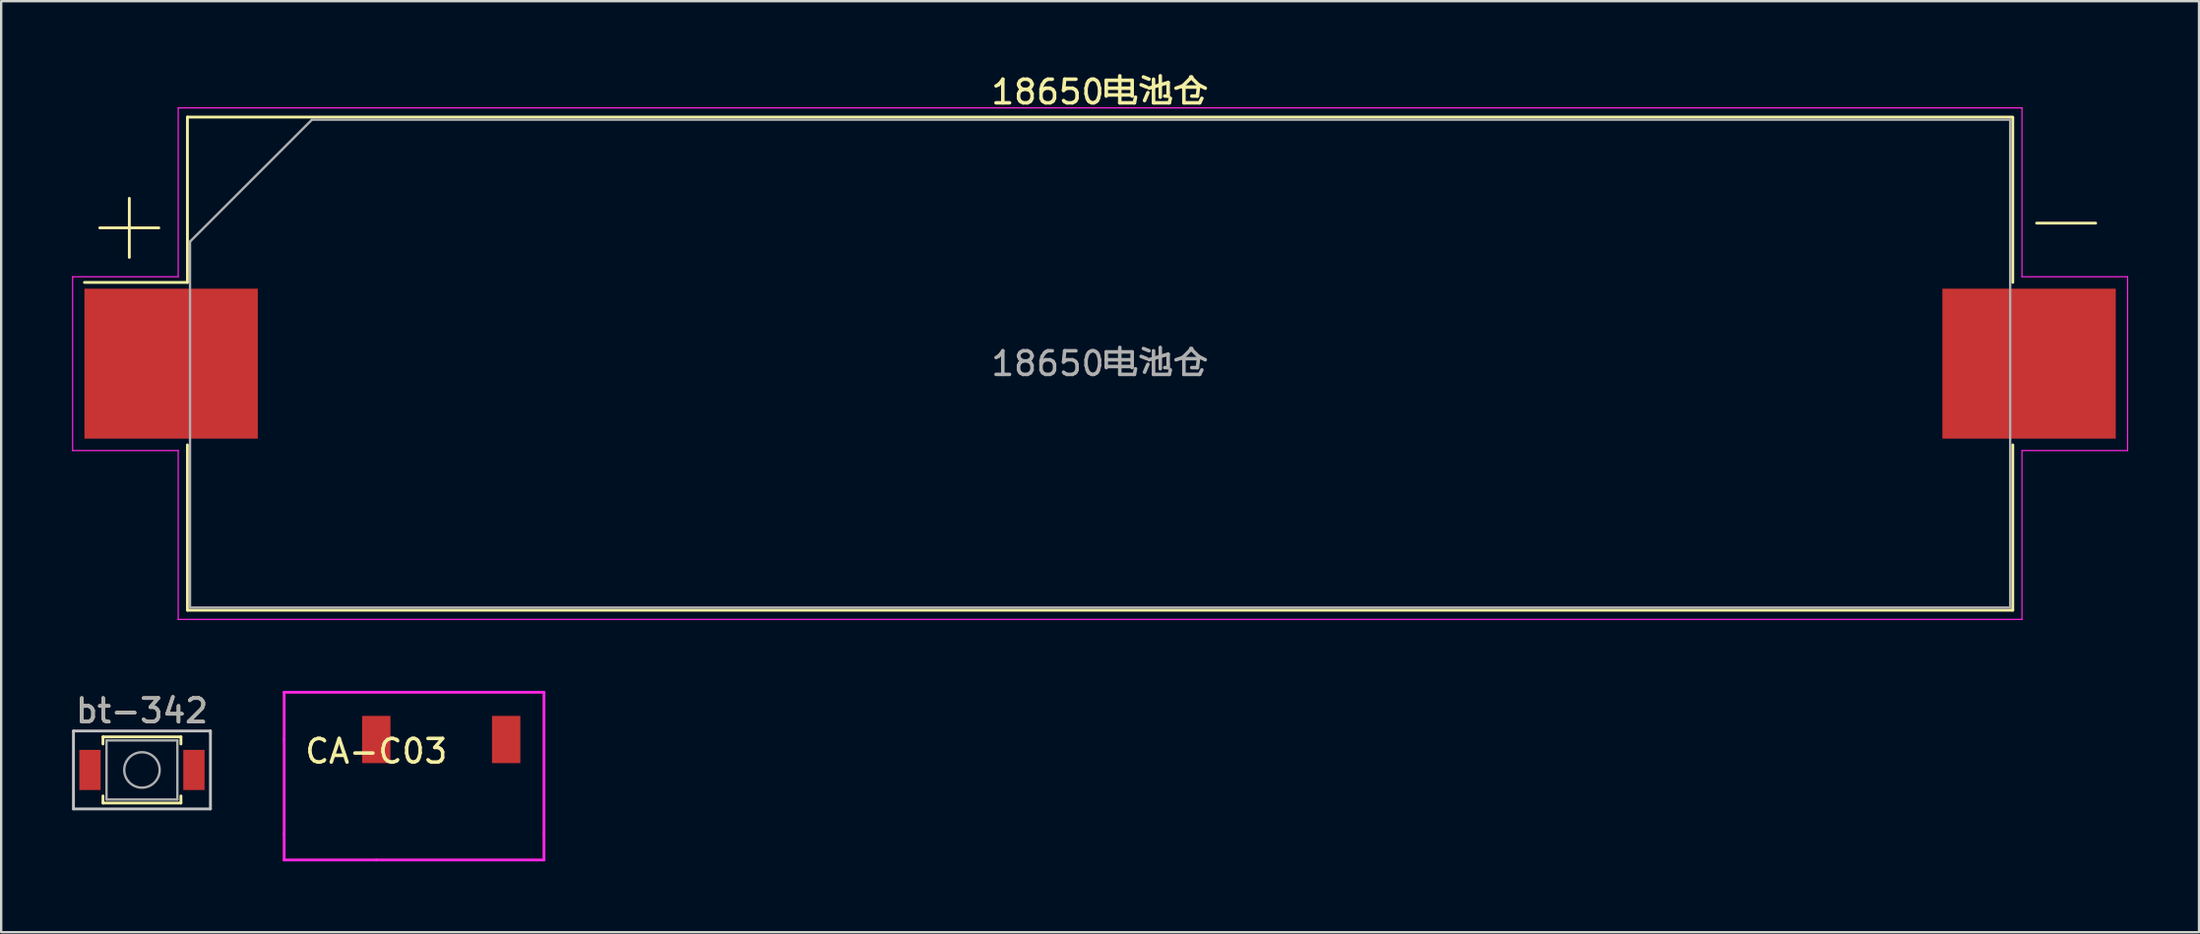
<source format=kicad_pcb>
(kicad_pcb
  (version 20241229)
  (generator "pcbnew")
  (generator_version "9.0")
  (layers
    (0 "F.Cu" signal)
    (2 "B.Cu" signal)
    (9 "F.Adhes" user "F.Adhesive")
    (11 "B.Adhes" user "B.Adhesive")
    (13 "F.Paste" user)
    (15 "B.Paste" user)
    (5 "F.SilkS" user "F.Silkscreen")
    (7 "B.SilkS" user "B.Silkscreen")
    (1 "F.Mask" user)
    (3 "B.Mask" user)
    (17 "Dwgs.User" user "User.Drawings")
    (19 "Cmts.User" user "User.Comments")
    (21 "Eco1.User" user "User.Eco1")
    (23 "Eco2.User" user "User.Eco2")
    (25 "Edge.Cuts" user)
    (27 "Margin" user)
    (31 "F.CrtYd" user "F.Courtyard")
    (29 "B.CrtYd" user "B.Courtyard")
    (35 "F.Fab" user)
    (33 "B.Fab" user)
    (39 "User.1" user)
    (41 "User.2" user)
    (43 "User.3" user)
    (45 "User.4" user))
  (footprint "18650电池仓"
    (layer "F.Cu")
    (at 43.525 12.348)
    (property "Reference" "18650电池仓" (at 0 -11.5 0) (layer "F.SilkS") (effects (font (size 1 1) (thickness 0.15))))
    (attr smd)
    (fp_line (start -42.35 -5.75) (end -39.85 -5.75) (stroke (width 0.12) (type solid)) (layer "F.SilkS"))
    (fp_line (start -41.1 -4.5) (end -41.1 -7) (stroke (width 0.12) (type solid)) (layer "F.SilkS"))
    (fp_line (start -38.64 -10.44) (end -38.64 -3.44) (stroke (width 0.12) (type solid)) (layer "F.SilkS"))
    (fp_line (start -38.64 -3.44) (end -43 -3.44) (stroke (width 0.12) (type solid)) (layer "F.SilkS"))
    (fp_line (start -38.64 10.44) (end -38.64 3.44) (stroke (width 0.12) (type solid)) (layer "F.SilkS"))
    (fp_line (start 38.64 -10.44) (end -38.64 -10.44) (stroke (width 0.12) (type solid)) (layer "F.SilkS"))
    (fp_line (start 38.64 -3.44) (end 38.64 -10.42) (stroke (width 0.12) (type solid)) (layer "F.SilkS"))
    (fp_line (start 38.64 3.44) (end 38.64 10.44) (stroke (width 0.12) (type solid)) (layer "F.SilkS"))
    (fp_line (start 38.64 10.44) (end -38.64 10.44) (stroke (width 0.12) (type solid)) (layer "F.SilkS"))
    (fp_line (start 42.15 -5.95) (end 39.65 -5.95) (stroke (width 0.12) (type solid)) (layer "F.SilkS"))
    (fp_line (start -43.5 -3.68) (end -39.03 -3.68) (stroke (width 0.05) (type solid)) (layer "F.CrtYd"))
    (fp_line (start -43.5 3.68) (end -43.5 -3.68) (stroke (width 0.05) (type solid)) (layer "F.CrtYd"))
    (fp_line (start -39.03 -10.83) (end -39.03 -3.68) (stroke (width 0.05) (type solid)) (layer "F.CrtYd"))
    (fp_line (start -39.03 -10.83) (end 39.03 -10.83) (stroke (width 0.05) (type solid)) (layer "F.CrtYd"))
    (fp_line (start -39.03 3.68) (end -43.5 3.68) (stroke (width 0.05) (type solid)) (layer "F.CrtYd"))
    (fp_line (start -39.03 10.83) (end -39.03 3.68) (stroke (width 0.05) (type solid)) (layer "F.CrtYd"))
    (fp_line (start -39.03 10.83) (end 39.03 10.83) (stroke (width 0.05) (type solid)) (layer "F.CrtYd"))
    (fp_line (start 39.03 -10.83) (end 39.03 -3.68) (stroke (width 0.05) (type solid)) (layer "F.CrtYd"))
    (fp_line (start 39.03 3.68) (end 43.5 3.68) (stroke (width 0.05) (type solid)) (layer "F.CrtYd"))
    (fp_line (start 39.03 10.83) (end 39.03 3.68) (stroke (width 0.05) (type solid)) (layer "F.CrtYd"))
    (fp_line (start 43.5 -3.68) (end 39.03 -3.68) (stroke (width 0.05) (type solid)) (layer "F.CrtYd"))
    (fp_line (start 43.5 3.68) (end 43.5 -3.68) (stroke (width 0.05) (type solid)) (layer "F.CrtYd"))
    (fp_line (start -38.53 -5.168) (end -38.53 10.33) (stroke (width 0.1) (type solid)) (layer "F.Fab"))
    (fp_line (start -38.53 10.33) (end 38.53 10.33) (stroke (width 0.1) (type solid)) (layer "F.Fab"))
    (fp_line (start -33.367 -10.33) (end -38.53 -5.168) (stroke (width 0.1) (type solid)) (layer "F.Fab"))
    (fp_line (start -33.367 -10.33) (end 38.53 -10.33) (stroke (width 0.1) (type solid)) (layer "F.Fab"))
    (fp_line (start 38.53 -10.33) (end 38.53 10.33) (stroke (width 0.1) (type solid)) (layer "F.Fab"))
    (fp_text user "${REFERENCE}" (at 0 0 0) (layer "F.Fab") (effects (font (size 1 1) (thickness 0.15))))
    (pad "1" smd rect (at -39.33 0) (size 7.34 6.35) (layers "F.Cu" "F.Mask" "F.Paste"))
    (pad "2" smd rect (at 39.33 0) (size 7.34 6.35) (layers "F.Cu" "F.Mask" "F.Paste")))
  (footprint "CA-C03"
    (layer "F.Cu")
    (at 12.88 28.263)
    (property "Reference" "CA-C03" (at 0 0.5 0) (layer "F.SilkS") (effects (font (size 1 1) (thickness 0.15))))
    (attr through_hole)
    (fp_line (start -3.9 0) (end -3.9 -2) (stroke (width 0.12) (type solid)) (layer "F.CrtYd"))
    (fp_line (start -3.9 4) (end -3.9 0) (stroke (width 0.12) (type solid)) (layer "F.CrtYd"))
    (fp_line (start -3.9 5.1) (end -3.9 4) (stroke (width 0.12) (type solid)) (layer "F.CrtYd"))
    (fp_line (start 0 5.1) (end -3.9 5.1) (stroke (width 0.12) (type solid)) (layer "F.CrtYd"))
    (fp_line (start 0 5.1) (end 7.1 5.1) (stroke (width 0.12) (type solid)) (layer "F.CrtYd"))
    (fp_line (start 7.1 -2) (end -3.9 -2) (stroke (width 0.12) (type solid)) (layer "F.CrtYd"))
    (fp_line (start 7.1 -2) (end 7.1 4) (stroke (width 0.12) (type solid)) (layer "F.CrtYd"))
    (fp_line (start 7.1 5.1) (end 7.1 4) (stroke (width 0.12) (type solid)) (layer "F.CrtYd"))
    (pad "1" smd rect (at 0 0) (size 1.2 2) (layers "F.Cu" "F.Mask" "F.Paste"))
    (pad "2" smd rect (at 5.5 0) (size 1.2 2) (layers "F.Cu" "F.Mask" "F.Paste")))
  (footprint "bt-342"
    (layer "F.Cu")
    (at 2.96 29.552)
    (property "Reference" "bt-342" (at 0 -2.5 0) (layer "F.SilkS") (effects (font (size 1 1) (thickness 0.15))))
    (attr smd)
    (fp_line (start -1.65 -1.4) (end 1.65 -1.4) (stroke (width 0.12) (type solid)) (layer "F.SilkS"))
    (fp_line (start -1.65 -1.1) (end -1.65 -1.4) (stroke (width 0.12) (type solid)) (layer "F.SilkS"))
    (fp_line (start -1.65 1.1) (end -1.65 1.4) (stroke (width 0.12) (type solid)) (layer "F.SilkS"))
    (fp_line (start -1.65 1.4) (end 1.65 1.4) (stroke (width 0.12) (type solid)) (layer "F.SilkS"))
    (fp_line (start 1.65 -1.4) (end 1.65 -1.1) (stroke (width 0.12) (type solid)) (layer "F.SilkS"))
    (fp_line (start 1.65 1.4) (end 1.65 1.1) (stroke (width 0.12) (type solid)) (layer "F.SilkS"))
    (fp_line (start -2.9 -1.65) (end -2.9 1.65) (stroke (width 0.12) (type solid)) (layer "Dwgs.User"))
    (fp_line (start -2.9 1.65) (end 2.9 1.65) (stroke (width 0.12) (type solid)) (layer "Dwgs.User"))
    (fp_line (start 2.9 -1.65) (end -2.9 -1.65) (stroke (width 0.12) (type solid)) (layer "Dwgs.User"))
    (fp_line (start 2.9 -1.55) (end 2.9 -1.65) (stroke (width 0.12) (type solid)) (layer "Dwgs.User"))
    (fp_line (start 2.9 1.65) (end 2.9 -1.55) (stroke (width 0.12) (type solid)) (layer "Dwgs.User"))
    (fp_line (start -1.5 -1.25) (end 1.5 -1.25) (stroke (width 0.1) (type solid)) (layer "F.Fab"))
    (fp_line (start -1.5 1.25) (end -1.5 -1.25) (stroke (width 0.1) (type solid)) (layer "F.Fab"))
    (fp_line (start 1.5 -1.25) (end 1.5 1.25) (stroke (width 0.1) (type solid)) (layer "F.Fab"))
    (fp_line (start 1.5 1.25) (end -1.5 1.25) (stroke (width 0.1) (type solid)) (layer "F.Fab"))
    (fp_circle (center 0 0) (end 0.75 0) (stroke (width 0.1) (type solid)) (fill no) (layer "F.Fab"))
    (fp_text user "${REFERENCE}" (at 0 -2.5 0) (layer "F.Fab") (effects (font (size 1 1) (thickness 0.15))))
    (pad "1" smd rect (at -2.2 0) (size 0.9 1.7) (layers "F.Cu" "F.Mask" "F.Paste"))
    (pad "2" smd rect (at 2.2 0) (size 0.9 1.7) (layers "F.Cu" "F.Mask" "F.Paste")))
  (gr_rect
    (start -3 -3)
    (end 90.05 36.423)
    (stroke (width 0.1) (type default))
    (fill no)
    (layer "Edge.Cuts")))
</source>
